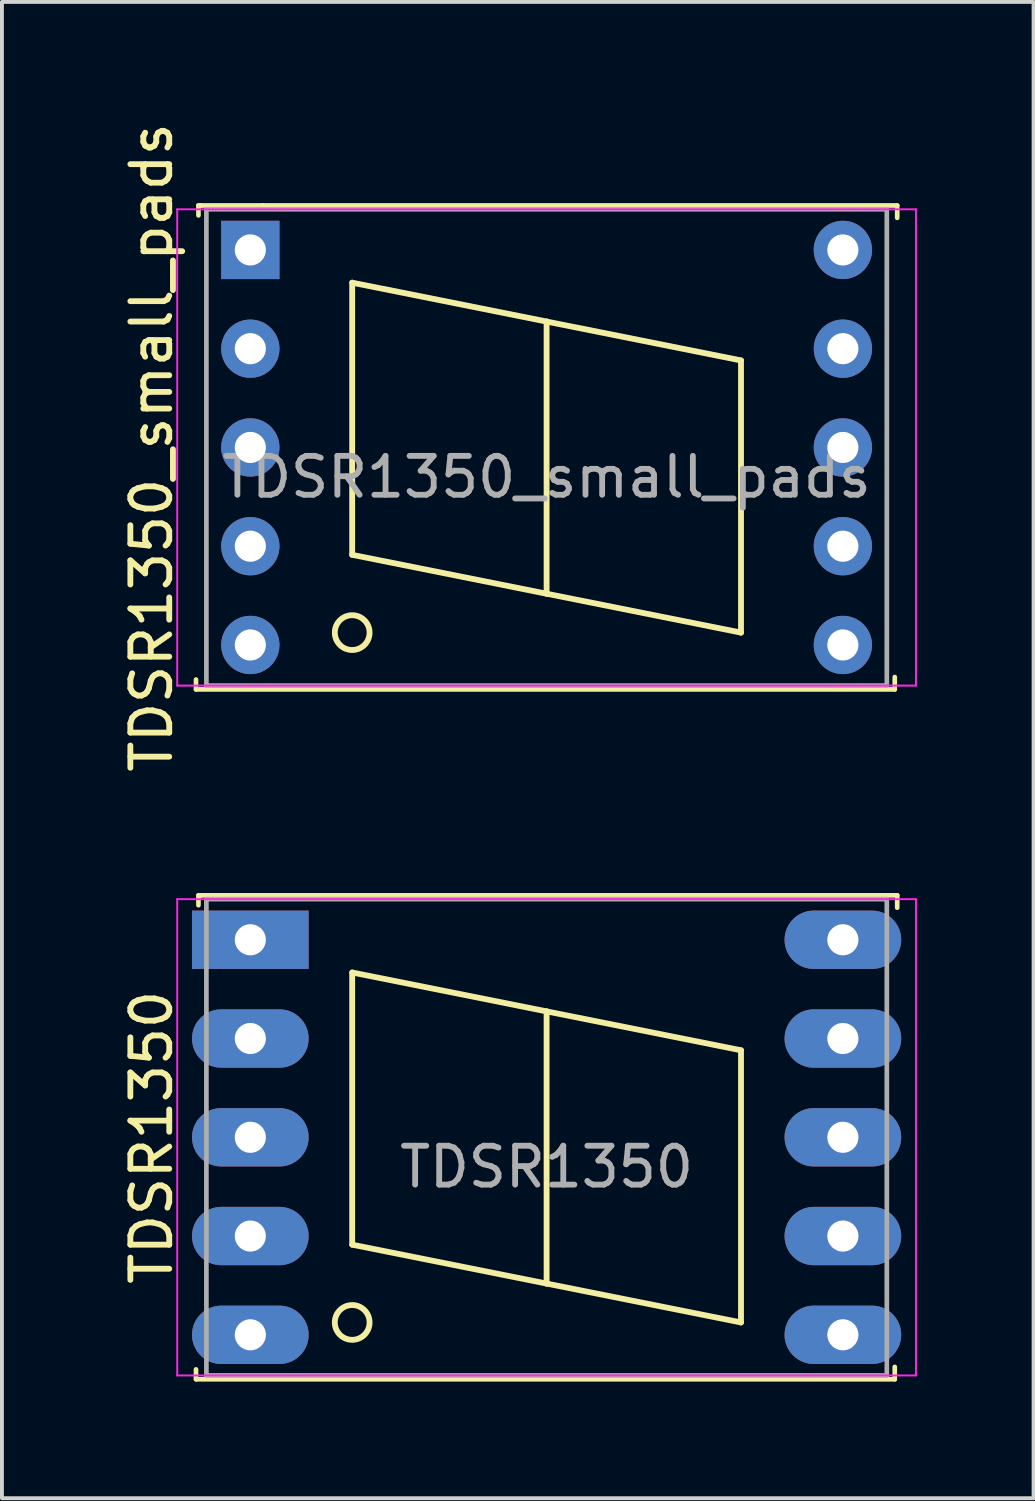
<source format=kicad_pcb>
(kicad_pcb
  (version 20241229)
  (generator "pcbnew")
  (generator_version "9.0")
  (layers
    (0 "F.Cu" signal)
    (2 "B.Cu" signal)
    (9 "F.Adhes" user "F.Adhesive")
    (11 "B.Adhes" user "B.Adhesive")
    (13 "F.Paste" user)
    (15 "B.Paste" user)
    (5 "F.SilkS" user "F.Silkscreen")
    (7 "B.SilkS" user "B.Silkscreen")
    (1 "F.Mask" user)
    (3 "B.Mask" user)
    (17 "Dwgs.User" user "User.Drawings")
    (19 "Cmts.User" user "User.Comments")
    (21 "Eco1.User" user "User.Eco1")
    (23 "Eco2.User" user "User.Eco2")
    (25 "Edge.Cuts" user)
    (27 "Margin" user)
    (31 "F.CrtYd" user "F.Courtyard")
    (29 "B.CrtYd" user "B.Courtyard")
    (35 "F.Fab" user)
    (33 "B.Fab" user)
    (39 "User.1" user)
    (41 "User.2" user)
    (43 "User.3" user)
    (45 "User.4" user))
  (footprint "TDSR1350_small_pads"
    (layer "F.Cu")
    (at 11.008 8.458)
    (property "Reference" "TDSR1350_small_pads" (at -10.16 0 90) (layer "F.SilkS") (effects (font (size 1 1) (thickness 0.15))))
    (attr through_hole)
    (fp_line (start -9.017 5.969) (end -9.017 6.223) (stroke (width 0.12) (type solid)) (layer "F.SilkS"))
    (fp_line (start -9.017 6.223) (end 8.954 6.223) (stroke (width 0.12) (type solid)) (layer "F.SilkS"))
    (fp_line (start -8.954 -6.223) (end -8.954 -5.969) (stroke (width 0.12) (type solid)) (layer "F.SilkS"))
    (fp_line (start -8.89 -6.223) (end -8.954 -6.223) (stroke (width 0.12) (type solid)) (layer "F.SilkS"))
    (fp_line (start -7.303 -6.223) (end -8.89 -6.223) (stroke (width 0.12) (type solid)) (layer "F.SilkS"))
    (fp_line (start -7.303 -6.223) (end 9.017 -6.223) (stroke (width 0.12) (type solid)) (layer "F.SilkS"))
    (fp_line (start -5 -4.238) (end -5 2.762) (stroke (width 0.15) (type solid)) (layer "F.SilkS"))
    (fp_line (start -5 2.762) (end 0 3.762) (stroke (width 0.15) (type solid)) (layer "F.SilkS"))
    (fp_line (start 0 -3.238) (end -5 -4.238) (stroke (width 0.15) (type solid)) (layer "F.SilkS"))
    (fp_line (start 0 3.762) (end 0 -3.238) (stroke (width 0.15) (type solid)) (layer "F.SilkS"))
    (fp_line (start 5 -2.238) (end 0 -3.238) (stroke (width 0.15) (type solid)) (layer "F.SilkS"))
    (fp_line (start 5 -2.238) (end 5 4.762) (stroke (width 0.15) (type solid)) (layer "F.SilkS"))
    (fp_line (start 5 4.762) (end 0 3.762) (stroke (width 0.15) (type solid)) (layer "F.SilkS"))
    (fp_line (start 8.954 6.223) (end 8.954 5.905) (stroke (width 0.12) (type solid)) (layer "F.SilkS"))
    (fp_line (start 9.017 -6.223) (end 9.017 -5.905) (stroke (width 0.12) (type solid)) (layer "F.SilkS"))
    (fp_circle (center -5 4.762) (end -5.2 5.162) (stroke (width 0.15) (type solid)) (fill no) (layer "F.SilkS"))
    (fp_line (start -9.5 -6.125) (end -9.5 6.125) (stroke (width 0.05) (type solid)) (layer "F.CrtYd"))
    (fp_line (start -9.5 -6.125) (end 9.5 -6.125) (stroke (width 0.05) (type solid)) (layer "F.CrtYd"))
    (fp_line (start -9.5 6.125) (end 9.5 6.125) (stroke (width 0.05) (type solid)) (layer "F.CrtYd"))
    (fp_line (start 9.5 -6.125) (end 9.5 6.125) (stroke (width 0.05) (type solid)) (layer "F.CrtYd"))
    (fp_line (start -8.75 -6.125) (end -8.75 6.125) (stroke (width 0.12) (type solid)) (layer "F.Fab"))
    (fp_line (start -8.75 -6.125) (end 8.75 -6.125) (stroke (width 0.12) (type solid)) (layer "F.Fab"))
    (fp_line (start -8.75 6.125) (end 8.75 6.125) (stroke (width 0.12) (type solid)) (layer "F.Fab"))
    (fp_line (start 8.75 -6.125) (end 8.75 6.125) (stroke (width 0.12) (type solid)) (layer "F.Fab"))
    (fp_text user "${REFERENCE}" (at 0 0.762 0) (layer "F.Fab") (effects (font (size 1 1) (thickness 0.15))))
    (pad "1" thru_hole rect (at -7.62 -5.08 90) (size 1.5 1.5) (drill 0.8) (layers "*.Cu" "*.Mask"))
    (pad "2" thru_hole circle (at -7.62 -2.54 90) (size 1.5 1.5) (drill 0.8) (layers "*.Cu" "*.Mask"))
    (pad "3" thru_hole circle (at -7.62 0 90) (size 1.5 1.5) (drill 0.8) (layers "*.Cu" "*.Mask"))
    (pad "4" thru_hole circle (at -7.62 2.54 90) (size 1.5 1.5) (drill 0.8) (layers "*.Cu" "*.Mask"))
    (pad "5" thru_hole circle (at -7.62 5.08 90) (size 1.5 1.5) (drill 0.8) (layers "*.Cu" "*.Mask"))
    (pad "6" thru_hole circle (at 7.62 5.08 90) (size 1.5 1.5) (drill 0.8) (layers "*.Cu" "*.Mask"))
    (pad "7" thru_hole circle (at 7.62 2.54 90) (size 1.5 1.5) (drill 0.8) (layers "*.Cu" "*.Mask"))
    (pad "8" thru_hole circle (at 7.62 0 90) (size 1.5 1.5) (drill 0.8) (layers "*.Cu" "*.Mask"))
    (pad "9" thru_hole circle (at 7.62 -2.54 90) (size 1.5 1.5) (drill 0.8) (layers "*.Cu" "*.Mask"))
    (pad "10" thru_hole circle (at 7.62 -5.08 90) (size 1.5 1.5) (drill 0.8) (layers "*.Cu" "*.Mask")))
  (footprint "TDSR1350"
    (layer "F.Cu")
    (at 11.008 26.2)
    (property "Reference" "TDSR1350" (at -10.16 0 90) (layer "F.SilkS") (effects (font (size 1 1) (thickness 0.15))))
    (attr through_hole)
    (fp_line (start -9.017 5.969) (end -9.017 6.223) (stroke (width 0.12) (type solid)) (layer "F.SilkS"))
    (fp_line (start -9.017 6.223) (end 8.954 6.223) (stroke (width 0.12) (type solid)) (layer "F.SilkS"))
    (fp_line (start -8.954 -6.223) (end -8.954 -5.969) (stroke (width 0.12) (type solid)) (layer "F.SilkS"))
    (fp_line (start -8.89 -6.223) (end -8.954 -6.223) (stroke (width 0.12) (type solid)) (layer "F.SilkS"))
    (fp_line (start -7.303 -6.223) (end -8.89 -6.223) (stroke (width 0.12) (type solid)) (layer "F.SilkS"))
    (fp_line (start -7.303 -6.223) (end 9.017 -6.223) (stroke (width 0.12) (type solid)) (layer "F.SilkS"))
    (fp_line (start -5 -4.238) (end -5 2.762) (stroke (width 0.15) (type solid)) (layer "F.SilkS"))
    (fp_line (start -5 2.762) (end 0 3.762) (stroke (width 0.15) (type solid)) (layer "F.SilkS"))
    (fp_line (start 0 -3.238) (end -5 -4.238) (stroke (width 0.15) (type solid)) (layer "F.SilkS"))
    (fp_line (start 0 3.762) (end 0 -3.238) (stroke (width 0.15) (type solid)) (layer "F.SilkS"))
    (fp_line (start 5 -2.238) (end 0 -3.238) (stroke (width 0.15) (type solid)) (layer "F.SilkS"))
    (fp_line (start 5 -2.238) (end 5 4.762) (stroke (width 0.15) (type solid)) (layer "F.SilkS"))
    (fp_line (start 5 4.762) (end 0 3.762) (stroke (width 0.15) (type solid)) (layer "F.SilkS"))
    (fp_line (start 8.954 6.223) (end 8.954 5.905) (stroke (width 0.12) (type solid)) (layer "F.SilkS"))
    (fp_line (start 9.017 -6.223) (end 9.017 -5.905) (stroke (width 0.12) (type solid)) (layer "F.SilkS"))
    (fp_circle (center -5 4.762) (end -5.2 5.162) (stroke (width 0.15) (type solid)) (fill no) (layer "F.SilkS"))
    (fp_line (start -9.5 -6.125) (end -9.5 6.125) (stroke (width 0.05) (type solid)) (layer "F.CrtYd"))
    (fp_line (start -9.5 -6.125) (end 9.5 -6.125) (stroke (width 0.05) (type solid)) (layer "F.CrtYd"))
    (fp_line (start -9.5 6.125) (end 9.5 6.125) (stroke (width 0.05) (type solid)) (layer "F.CrtYd"))
    (fp_line (start 9.5 -6.125) (end 9.5 6.125) (stroke (width 0.05) (type solid)) (layer "F.CrtYd"))
    (fp_line (start -8.75 -6.125) (end -8.75 6.125) (stroke (width 0.12) (type solid)) (layer "F.Fab"))
    (fp_line (start -8.75 -6.125) (end 8.75 -6.125) (stroke (width 0.12) (type solid)) (layer "F.Fab"))
    (fp_line (start -8.75 6.125) (end 8.75 6.125) (stroke (width 0.12) (type solid)) (layer "F.Fab"))
    (fp_line (start 8.75 -6.125) (end 8.75 6.125) (stroke (width 0.12) (type solid)) (layer "F.Fab"))
    (fp_text user "${REFERENCE}" (at 0 0.762 0) (layer "F.Fab") (effects (font (size 1 1) (thickness 0.15))))
    (pad "1" thru_hole rect (at -7.62 -5.08 90) (size 1.5 3) (drill 0.8) (layers "*.Cu" "*.Mask"))
    (pad "2" thru_hole oval (at -7.62 -2.54 90) (size 1.5 3) (drill 0.8) (layers "*.Cu" "*.Mask"))
    (pad "3" thru_hole oval (at -7.62 0 90) (size 1.5 3) (drill 0.8) (layers "*.Cu" "*.Mask"))
    (pad "4" thru_hole oval (at -7.62 2.54 90) (size 1.5 3) (drill 0.8) (layers "*.Cu" "*.Mask"))
    (pad "5" thru_hole oval (at -7.62 5.08 90) (size 1.5 3) (drill 0.8) (layers "*.Cu" "*.Mask"))
    (pad "6" thru_hole oval (at 7.62 5.08 90) (size 1.5 3) (drill 0.8) (layers "*.Cu" "*.Mask"))
    (pad "7" thru_hole oval (at 7.62 2.54 90) (size 1.5 3) (drill 0.8) (layers "*.Cu" "*.Mask"))
    (pad "8" thru_hole oval (at 7.62 0 90) (size 1.5 3) (drill 0.8) (layers "*.Cu" "*.Mask"))
    (pad "9" thru_hole oval (at 7.62 -2.54 90) (size 1.5 3) (drill 0.8) (layers "*.Cu" "*.Mask"))
    (pad "10" thru_hole oval (at 7.62 -5.08 90) (size 1.5 3) (drill 0.8) (layers "*.Cu" "*.Mask")))
  (gr_rect
    (start -3 -3)
    (end 23.533 35.483)
    (stroke (width 0.1) (type default))
    (fill no)
    (layer "Edge.Cuts")))
</source>
